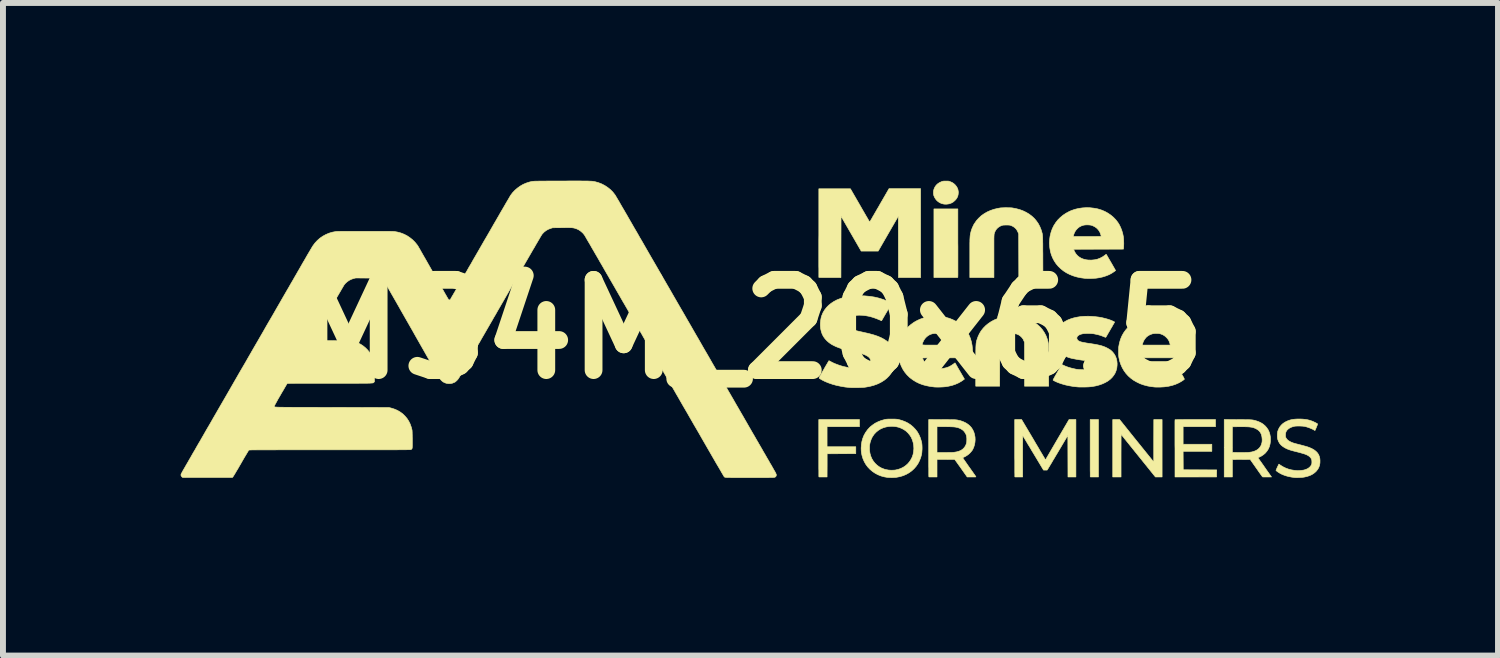
<source format=kicad_pcb>
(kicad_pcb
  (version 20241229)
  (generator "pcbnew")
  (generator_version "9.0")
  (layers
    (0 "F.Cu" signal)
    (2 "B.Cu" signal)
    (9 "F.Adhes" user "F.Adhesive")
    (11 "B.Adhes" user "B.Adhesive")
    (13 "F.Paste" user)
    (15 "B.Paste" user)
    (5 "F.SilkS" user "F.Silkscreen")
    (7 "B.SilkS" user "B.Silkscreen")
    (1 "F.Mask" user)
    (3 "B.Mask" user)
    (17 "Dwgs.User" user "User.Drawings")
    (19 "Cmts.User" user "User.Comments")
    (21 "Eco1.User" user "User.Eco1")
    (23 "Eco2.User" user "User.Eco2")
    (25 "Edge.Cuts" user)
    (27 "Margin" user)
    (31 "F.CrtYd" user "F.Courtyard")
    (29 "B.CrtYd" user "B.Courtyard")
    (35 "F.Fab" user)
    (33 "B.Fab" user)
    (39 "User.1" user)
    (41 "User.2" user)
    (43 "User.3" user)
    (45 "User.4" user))
  (footprint "MS4M_20x6.5"
    (layer "F.Cu")
    (at 9.62 2.509)
    (property "Reference" "MS4M_20x6.5" (at 0 0 0) (layer "F.SilkS") (effects (font (size 1.524 1.524) (thickness 0.3))))
    (attr through_hole)
    (fp_poly (pts (xy 6.949 2.494) (xy 6.837 2.494) (xy 6.547 2.134) (xy 6.257 1.774) (xy 6.256 2.134) (xy 6.256 2.494) (xy 6.116 2.494) (xy 6.116 1.524) (xy 6.231 1.524) (xy 6.519 1.883) (xy 6.808 2.241) (xy 6.808 1.883) (xy 6.809 1.524) (xy 6.949 1.524) (xy 6.949 2.494)) (stroke (width 0.01) (type solid)) (fill yes) (layer "F.SilkS"))
    (fp_poly (pts (xy 5.875 2.494) (xy 5.807 2.494) (xy 5.786 2.494) (xy 5.768 2.494) (xy 5.753 2.494) (xy 5.743 2.493) (xy 5.737 2.492) (xy 5.737 2.492) (xy 5.736 2.489) (xy 5.736 2.479) (xy 5.736 2.464) (xy 5.736 2.443) (xy 5.736 2.417) (xy 5.735 2.386) (xy 5.735 2.351) (xy 5.735 2.313) (xy 5.735 2.27) (xy 5.735 2.224) (xy 5.735 2.175) (xy 5.735 2.124) (xy 5.735 2.07) (xy 5.735 2.015) (xy 5.735 1.524) (xy 5.875 1.524) (xy 5.875 2.494)) (stroke (width 0.01) (type solid)) (fill yes) (layer "F.SilkS"))
    (fp_poly (pts (xy 1.84 1.644) (xy 1.293 1.644) (xy 1.293 1.983) (xy 1.778 1.983) (xy 1.778 2.1) (xy 1.536 2.101) (xy 1.294 2.102) (xy 1.294 2.298) (xy 1.293 2.494) (xy 1.225 2.494) (xy 1.205 2.494) (xy 1.186 2.494) (xy 1.171 2.494) (xy 1.161 2.493) (xy 1.155 2.492) (xy 1.155 2.492) (xy 1.155 2.489) (xy 1.154 2.479) (xy 1.154 2.464) (xy 1.154 2.443) (xy 1.154 2.417) (xy 1.154 2.386) (xy 1.153 2.351) (xy 1.153 2.313) (xy 1.153 2.27) (xy 1.153 2.224) (xy 1.153 2.175) (xy 1.153 2.124) (xy 1.153 2.07) (xy 1.153 2.015) (xy 1.153 1.524) (xy 1.84 1.524) (xy 1.84 1.644)) (stroke (width 0.01) (type solid)) (fill yes) (layer "F.SilkS"))
    (fp_poly (pts (xy 3.501 -1.458) (xy 3.502 -1.397) (xy 3.502 -1.338) (xy 3.502 -1.281) (xy 3.502 -1.227) (xy 3.502 -1.175) (xy 3.502 -1.126) (xy 3.502 -1.081) (xy 3.502 -1.039) (xy 3.502 -1.001) (xy 3.502 -0.968) (xy 3.502 -0.939) (xy 3.502 -0.916) (xy 3.501 -0.898) (xy 3.501 -0.885) (xy 3.501 -0.879) (xy 3.501 -0.878) (xy 3.501 -0.877) (xy 3.499 -0.876) (xy 3.496 -0.875) (xy 3.491 -0.875) (xy 3.483 -0.874) (xy 3.473 -0.874) (xy 3.459 -0.873) (xy 3.441 -0.873) (xy 3.419 -0.873) (xy 3.392 -0.873) (xy 3.36 -0.873) (xy 3.322 -0.873) (xy 3.299 -0.873) (xy 3.097 -0.873) (xy 3.097 -2.032) (xy 3.501 -2.032) (xy 3.501 -1.458)) (stroke (width 0.01) (type solid)) (fill yes) (layer "F.SilkS"))
    (fp_poly (pts (xy 3.317 -2.502) (xy 3.331 -2.502) (xy 3.342 -2.501) (xy 3.352 -2.499) (xy 3.362 -2.496) (xy 3.369 -2.493) (xy 3.403 -2.479) (xy 3.432 -2.46) (xy 3.457 -2.437) (xy 3.477 -2.412) (xy 3.493 -2.384) (xy 3.503 -2.357) (xy 3.508 -2.327) (xy 3.509 -2.307) (xy 3.506 -2.275) (xy 3.499 -2.245) (xy 3.486 -2.218) (xy 3.468 -2.192) (xy 3.451 -2.174) (xy 3.424 -2.15) (xy 3.395 -2.133) (xy 3.364 -2.121) (xy 3.355 -2.118) (xy 3.335 -2.115) (xy 3.312 -2.112) (xy 3.29 -2.112) (xy 3.27 -2.113) (xy 3.264 -2.114) (xy 3.229 -2.122) (xy 3.197 -2.136) (xy 3.169 -2.154) (xy 3.145 -2.175) (xy 3.123 -2.202) (xy 3.106 -2.231) (xy 3.094 -2.261) (xy 3.089 -2.291) (xy 3.089 -2.322) (xy 3.094 -2.353) (xy 3.104 -2.382) (xy 3.119 -2.41) (xy 3.138 -2.435) (xy 3.163 -2.458) (xy 3.192 -2.477) (xy 3.225 -2.492) (xy 3.229 -2.493) (xy 3.24 -2.497) (xy 3.25 -2.5) (xy 3.261 -2.501) (xy 3.273 -2.502) (xy 3.289 -2.502) (xy 3.299 -2.502) (xy 3.317 -2.502)) (stroke (width 0.01) (type solid)) (fill yes) (layer "F.SilkS"))
    (fp_poly (pts (xy 7.851 1.644) (xy 7.304 1.644) (xy 7.304 1.941) (xy 7.789 1.941) (xy 7.789 2.061) (xy 7.304 2.061) (xy 7.305 2.217) (xy 7.306 2.372) (xy 7.579 2.373) (xy 7.621 2.373) (xy 7.661 2.373) (xy 7.699 2.373) (xy 7.734 2.374) (xy 7.766 2.374) (xy 7.794 2.374) (xy 7.818 2.374) (xy 7.837 2.374) (xy 7.852 2.374) (xy 7.86 2.374) (xy 7.862 2.374) (xy 7.871 2.374) (xy 7.87 2.433) (xy 7.869 2.493) (xy 7.167 2.494) (xy 7.167 2.012) (xy 7.166 1.957) (xy 7.166 1.903) (xy 7.166 1.852) (xy 7.166 1.802) (xy 7.166 1.756) (xy 7.166 1.713) (xy 7.166 1.673) (xy 7.166 1.638) (xy 7.166 1.607) (xy 7.166 1.58) (xy 7.166 1.558) (xy 7.167 1.542) (xy 7.167 1.532) (xy 7.167 1.527) (xy 7.167 1.527) (xy 7.17 1.527) (xy 7.18 1.526) (xy 7.197 1.526) (xy 7.219 1.525) (xy 7.248 1.525) (xy 7.284 1.525) (xy 7.325 1.524) (xy 7.373 1.524) (xy 7.427 1.524) (xy 7.486 1.524) (xy 7.51 1.524) (xy 7.851 1.524) (xy 7.851 1.644)) (stroke (width 0.01) (type solid)) (fill yes) (layer "F.SilkS"))
    (fp_poly (pts (xy 2.872 -0.873) (xy 2.498 -0.873) (xy 2.497 -1.391) (xy 2.496 -1.909) (xy 2.326 -1.615) (xy 2.156 -1.32) (xy 1.869 -1.32) (xy 1.699 -1.615) (xy 1.529 -1.909) (xy 1.527 -0.873) (xy 1.342 -0.873) (xy 1.3 -0.873) (xy 1.265 -0.873) (xy 1.236 -0.873) (xy 1.212 -0.873) (xy 1.192 -0.874) (xy 1.178 -0.874) (xy 1.167 -0.875) (xy 1.16 -0.875) (xy 1.155 -0.876) (xy 1.154 -0.877) (xy 1.154 -0.88) (xy 1.154 -0.89) (xy 1.154 -0.906) (xy 1.154 -0.927) (xy 1.154 -0.954) (xy 1.154 -0.986) (xy 1.154 -1.022) (xy 1.153 -1.063) (xy 1.153 -1.109) (xy 1.153 -1.158) (xy 1.153 -1.211) (xy 1.153 -1.267) (xy 1.153 -1.326) (xy 1.153 -1.388) (xy 1.153 -1.452) (xy 1.153 -1.518) (xy 1.154 -1.587) (xy 1.154 -1.627) (xy 1.154 -2.372) (xy 1.687 -2.372) (xy 1.849 -2.092) (xy 1.872 -2.052) (xy 1.893 -2.015) (xy 1.914 -1.979) (xy 1.933 -1.946) (xy 1.951 -1.915) (xy 1.967 -1.888) (xy 1.981 -1.864) (xy 1.992 -1.844) (xy 2.002 -1.829) (xy 2.008 -1.818) (xy 2.012 -1.812) (xy 2.012 -1.811) (xy 2.014 -1.814) (xy 2.019 -1.822) (xy 2.027 -1.834) (xy 2.037 -1.852) (xy 2.05 -1.873) (xy 2.064 -1.899) (xy 2.081 -1.927) (xy 2.099 -1.959) (xy 2.119 -1.993) (xy 2.14 -2.03) (xy 2.163 -2.068) (xy 2.176 -2.092) (xy 2.339 -2.374) (xy 2.872 -2.374) (xy 2.872 -0.873)) (stroke (width 0.01) (type solid)) (fill yes) (layer "F.SilkS"))
    (fp_poly (pts (xy 4.771 1.85) (xy 4.796 1.893) (xy 4.82 1.934) (xy 4.844 1.974) (xy 4.866 2.011) (xy 4.886 2.046) (xy 4.905 2.078) (xy 4.922 2.106) (xy 4.937 2.132) (xy 4.95 2.153) (xy 4.96 2.17) (xy 4.967 2.182) (xy 4.971 2.189) (xy 4.972 2.191) (xy 4.981 2.204) (xy 5.179 1.864) (xy 5.378 1.524) (xy 5.436 1.524) (xy 5.494 1.524) (xy 5.494 2.494) (xy 5.36 2.494) (xy 5.358 1.791) (xy 5.194 2.067) (xy 5.171 2.106) (xy 5.148 2.144) (xy 5.127 2.18) (xy 5.106 2.214) (xy 5.088 2.246) (xy 5.071 2.274) (xy 5.056 2.299) (xy 5.043 2.321) (xy 5.032 2.338) (xy 5.025 2.351) (xy 5.02 2.358) (xy 5.019 2.36) (xy 5.008 2.377) (xy 4.947 2.377) (xy 4.773 2.087) (xy 4.749 2.048) (xy 4.727 2.01) (xy 4.705 1.973) (xy 4.684 1.94) (xy 4.666 1.909) (xy 4.649 1.881) (xy 4.634 1.856) (xy 4.621 1.835) (xy 4.611 1.819) (xy 4.603 1.807) (xy 4.599 1.8) (xy 4.597 1.798) (xy 4.597 1.801) (xy 4.597 1.81) (xy 4.596 1.825) (xy 4.596 1.845) (xy 4.596 1.87) (xy 4.596 1.9) (xy 4.595 1.933) (xy 4.595 1.97) (xy 4.595 2.01) (xy 4.595 2.053) (xy 4.595 2.098) (xy 4.595 2.145) (xy 4.595 2.494) (xy 4.53 2.494) (xy 4.51 2.494) (xy 4.493 2.494) (xy 4.478 2.494) (xy 4.468 2.493) (xy 4.464 2.492) (xy 4.463 2.492) (xy 4.463 2.489) (xy 4.463 2.479) (xy 4.463 2.464) (xy 4.463 2.443) (xy 4.462 2.417) (xy 4.462 2.386) (xy 4.462 2.351) (xy 4.462 2.313) (xy 4.462 2.27) (xy 4.462 2.224) (xy 4.461 2.175) (xy 4.461 2.124) (xy 4.461 2.07) (xy 4.461 2.015) (xy 4.461 2.007) (xy 4.461 1.524) (xy 4.577 1.524) (xy 4.771 1.85)) (stroke (width 0.01) (type solid)) (fill yes) (layer "F.SilkS"))
    (fp_poly (pts (xy 4.463 -0.219) (xy 4.505 -0.216) (xy 4.544 -0.211) (xy 4.582 -0.204) (xy 4.62 -0.195) (xy 4.652 -0.185) (xy 4.708 -0.164) (xy 4.761 -0.137) (xy 4.81 -0.106) (xy 4.855 -0.07) (xy 4.896 -0.031) (xy 4.932 0.012) (xy 4.963 0.059) (xy 4.989 0.108) (xy 5.009 0.161) (xy 5.013 0.175) (xy 5.016 0.185) (xy 5.019 0.194) (xy 5.021 0.203) (xy 5.023 0.212) (xy 5.025 0.22) (xy 5.026 0.23) (xy 5.028 0.24) (xy 5.029 0.252) (xy 5.03 0.266) (xy 5.031 0.282) (xy 5.031 0.3) (xy 5.032 0.322) (xy 5.032 0.347) (xy 5.032 0.377) (xy 5.033 0.41) (xy 5.033 0.449) (xy 5.033 0.492) (xy 5.033 0.542) (xy 5.033 0.597) (xy 5.033 0.61) (xy 5.035 0.961) (xy 4.627 0.961) (xy 4.627 0.59) (xy 4.626 0.22) (xy 4.618 0.2) (xy 4.603 0.167) (xy 4.582 0.139) (xy 4.557 0.115) (xy 4.528 0.095) (xy 4.495 0.081) (xy 4.489 0.079) (xy 4.476 0.077) (xy 4.458 0.075) (xy 4.437 0.074) (xy 4.415 0.073) (xy 4.394 0.073) (xy 4.374 0.075) (xy 4.358 0.077) (xy 4.354 0.078) (xy 4.333 0.084) (xy 4.311 0.094) (xy 4.291 0.106) (xy 4.275 0.118) (xy 4.256 0.136) (xy 4.24 0.159) (xy 4.226 0.184) (xy 4.218 0.203) (xy 4.209 0.23) (xy 4.207 0.961) (xy 3.803 0.961) (xy 3.803 0.62) (xy 3.803 0.563) (xy 3.804 0.512) (xy 3.804 0.466) (xy 3.804 0.426) (xy 3.804 0.391) (xy 3.804 0.36) (xy 3.805 0.334) (xy 3.805 0.31) (xy 3.806 0.29) (xy 3.807 0.273) (xy 3.808 0.258) (xy 3.809 0.245) (xy 3.81 0.234) (xy 3.812 0.223) (xy 3.814 0.213) (xy 3.816 0.204) (xy 3.818 0.194) (xy 3.821 0.184) (xy 3.823 0.178) (xy 3.842 0.124) (xy 3.866 0.073) (xy 3.895 0.025) (xy 3.93 -0.019) (xy 3.97 -0.06) (xy 4.015 -0.097) (xy 4.064 -0.13) (xy 4.113 -0.156) (xy 4.16 -0.176) (xy 4.208 -0.193) (xy 4.256 -0.205) (xy 4.307 -0.213) (xy 4.361 -0.218) (xy 4.416 -0.219) (xy 4.463 -0.219)) (stroke (width 0.01) (type solid)) (fill yes) (layer "F.SilkS"))
    (fp_poly (pts (xy 4.34 -2.052) (xy 4.366 -2.052) (xy 4.39 -2.051) (xy 4.41 -2.05) (xy 4.419 -2.049) (xy 4.483 -2.037) (xy 4.544 -2.021) (xy 4.601 -2) (xy 4.655 -1.974) (xy 4.705 -1.944) (xy 4.751 -1.909) (xy 4.792 -1.871) (xy 4.828 -1.828) (xy 4.86 -1.782) (xy 4.886 -1.732) (xy 4.907 -1.68) (xy 4.916 -1.651) (xy 4.919 -1.641) (xy 4.921 -1.631) (xy 4.924 -1.623) (xy 4.926 -1.614) (xy 4.927 -1.605) (xy 4.929 -1.595) (xy 4.93 -1.585) (xy 4.931 -1.573) (xy 4.932 -1.559) (xy 4.933 -1.542) (xy 4.933 -1.523) (xy 4.934 -1.501) (xy 4.934 -1.475) (xy 4.935 -1.445) (xy 4.935 -1.411) (xy 4.935 -1.371) (xy 4.935 -1.327) (xy 4.936 -1.277) (xy 4.936 -1.221) (xy 4.936 -1.22) (xy 4.937 -0.873) (xy 4.53 -0.873) (xy 4.529 -1.242) (xy 4.528 -1.61) (xy 4.519 -1.632) (xy 4.503 -1.666) (xy 4.483 -1.695) (xy 4.458 -1.719) (xy 4.429 -1.738) (xy 4.397 -1.752) (xy 4.395 -1.753) (xy 4.385 -1.756) (xy 4.375 -1.758) (xy 4.364 -1.759) (xy 4.35 -1.76) (xy 4.333 -1.76) (xy 4.32 -1.76) (xy 4.299 -1.76) (xy 4.283 -1.759) (xy 4.271 -1.759) (xy 4.26 -1.757) (xy 4.251 -1.755) (xy 4.245 -1.753) (xy 4.212 -1.739) (xy 4.183 -1.72) (xy 4.158 -1.697) (xy 4.138 -1.669) (xy 4.123 -1.638) (xy 4.116 -1.616) (xy 4.115 -1.612) (xy 4.114 -1.608) (xy 4.113 -1.603) (xy 4.113 -1.598) (xy 4.112 -1.59) (xy 4.112 -1.582) (xy 4.111 -1.571) (xy 4.111 -1.558) (xy 4.11 -1.541) (xy 4.11 -1.522) (xy 4.11 -1.499) (xy 4.11 -1.472) (xy 4.11 -1.441) (xy 4.11 -1.404) (xy 4.11 -1.363) (xy 4.11 -1.316) (xy 4.11 -1.263) (xy 4.11 -1.232) (xy 4.11 -0.873) (xy 3.703 -0.873) (xy 3.703 -1.198) (xy 3.703 -1.255) (xy 3.703 -1.306) (xy 3.703 -1.351) (xy 3.703 -1.39) (xy 3.703 -1.425) (xy 3.703 -1.456) (xy 3.704 -1.483) (xy 3.704 -1.506) (xy 3.705 -1.526) (xy 3.706 -1.543) (xy 3.707 -1.558) (xy 3.708 -1.571) (xy 3.709 -1.583) (xy 3.711 -1.593) (xy 3.712 -1.604) (xy 3.714 -1.613) (xy 3.716 -1.621) (xy 3.726 -1.661) (xy 3.74 -1.702) (xy 3.757 -1.74) (xy 3.775 -1.776) (xy 3.782 -1.786) (xy 3.815 -1.834) (xy 3.854 -1.877) (xy 3.897 -1.917) (xy 3.945 -1.951) (xy 3.997 -1.981) (xy 4.053 -2.006) (xy 4.112 -2.026) (xy 4.175 -2.041) (xy 4.22 -2.049) (xy 4.237 -2.05) (xy 4.259 -2.051) (xy 4.285 -2.052) (xy 4.312 -2.053) (xy 4.34 -2.052)) (stroke (width 0.01) (type solid)) (fill yes) (layer "F.SilkS"))
    (fp_poly (pts (xy 2.41 1.516) (xy 2.43 1.516) (xy 2.447 1.517) (xy 2.46 1.518) (xy 2.472 1.519) (xy 2.483 1.52) (xy 2.494 1.523) (xy 2.498 1.523) (xy 2.556 1.539) (xy 2.611 1.56) (xy 2.661 1.585) (xy 2.707 1.616) (xy 2.748 1.651) (xy 2.785 1.69) (xy 2.818 1.733) (xy 2.845 1.781) (xy 2.867 1.832) (xy 2.884 1.887) (xy 2.891 1.916) (xy 2.894 1.938) (xy 2.896 1.964) (xy 2.897 1.993) (xy 2.897 2.024) (xy 2.895 2.053) (xy 2.893 2.081) (xy 2.89 2.104) (xy 2.889 2.11) (xy 2.874 2.166) (xy 2.853 2.219) (xy 2.828 2.268) (xy 2.797 2.313) (xy 2.762 2.353) (xy 2.722 2.39) (xy 2.678 2.422) (xy 2.63 2.449) (xy 2.579 2.471) (xy 2.523 2.488) (xy 2.465 2.499) (xy 2.452 2.501) (xy 2.434 2.502) (xy 2.411 2.503) (xy 2.386 2.504) (xy 2.36 2.503) (xy 2.336 2.502) (xy 2.316 2.501) (xy 2.313 2.501) (xy 2.256 2.491) (xy 2.202 2.476) (xy 2.15 2.455) (xy 2.102 2.429) (xy 2.058 2.399) (xy 2.017 2.364) (xy 1.98 2.325) (xy 1.948 2.282) (xy 1.921 2.235) (xy 1.899 2.185) (xy 1.884 2.136) (xy 1.878 2.108) (xy 1.873 2.081) (xy 1.87 2.054) (xy 1.869 2.024) (xy 1.869 2.009) (xy 1.869 2.005) (xy 2.008 2.005) (xy 2.01 2.044) (xy 2.017 2.093) (xy 2.03 2.14) (xy 2.048 2.183) (xy 2.072 2.223) (xy 2.101 2.26) (xy 2.134 2.292) (xy 2.171 2.32) (xy 2.212 2.343) (xy 2.258 2.361) (xy 2.283 2.368) (xy 2.33 2.377) (xy 2.379 2.38) (xy 2.427 2.378) (xy 2.447 2.376) (xy 2.495 2.365) (xy 2.54 2.349) (xy 2.582 2.328) (xy 2.62 2.302) (xy 2.654 2.272) (xy 2.684 2.237) (xy 2.709 2.199) (xy 2.73 2.158) (xy 2.745 2.113) (xy 2.754 2.065) (xy 2.758 2.016) (xy 2.758 2.009) (xy 2.755 1.959) (xy 2.746 1.911) (xy 2.732 1.866) (xy 2.713 1.823) (xy 2.688 1.785) (xy 2.659 1.75) (xy 2.626 1.719) (xy 2.589 1.693) (xy 2.548 1.672) (xy 2.504 1.655) (xy 2.457 1.644) (xy 2.408 1.639) (xy 2.386 1.638) (xy 2.334 1.641) (xy 2.285 1.65) (xy 2.239 1.664) (xy 2.196 1.683) (xy 2.156 1.708) (xy 2.12 1.738) (xy 2.088 1.772) (xy 2.083 1.779) (xy 2.056 1.819) (xy 2.036 1.862) (xy 2.021 1.907) (xy 2.011 1.955) (xy 2.008 2.005) (xy 1.869 2.005) (xy 1.872 1.95) (xy 1.881 1.894) (xy 1.896 1.841) (xy 1.916 1.791) (xy 1.943 1.743) (xy 1.976 1.697) (xy 1.982 1.69) (xy 2.018 1.651) (xy 2.06 1.617) (xy 2.105 1.586) (xy 2.155 1.561) (xy 2.209 1.54) (xy 2.266 1.524) (xy 2.27 1.523) (xy 2.281 1.521) (xy 2.292 1.519) (xy 2.303 1.518) (xy 2.316 1.517) (xy 2.331 1.516) (xy 2.351 1.516) (xy 2.375 1.516) (xy 2.384 1.516) (xy 2.41 1.516)) (stroke (width 0.01) (type solid)) (fill yes) (layer "F.SilkS"))
    (fp_poly (pts (xy 8.223 1.525) (xy 8.269 1.525) (xy 8.309 1.525) (xy 8.344 1.526) (xy 8.374 1.526) (xy 8.4 1.527) (xy 8.421 1.527) (xy 8.44 1.528) (xy 8.456 1.529) (xy 8.469 1.53) (xy 8.482 1.532) (xy 8.493 1.534) (xy 8.503 1.536) (xy 8.514 1.539) (xy 8.525 1.542) (xy 8.536 1.545) (xy 8.579 1.56) (xy 8.617 1.578) (xy 8.651 1.599) (xy 8.682 1.625) (xy 8.684 1.626) (xy 8.713 1.658) (xy 8.738 1.694) (xy 8.756 1.732) (xy 8.769 1.774) (xy 8.777 1.819) (xy 8.778 1.84) (xy 8.778 1.889) (xy 8.772 1.936) (xy 8.761 1.979) (xy 8.744 2.019) (xy 8.721 2.055) (xy 8.694 2.088) (xy 8.661 2.117) (xy 8.623 2.142) (xy 8.604 2.151) (xy 8.568 2.17) (xy 8.586 2.196) (xy 8.592 2.204) (xy 8.601 2.217) (xy 8.613 2.233) (xy 8.627 2.253) (xy 8.643 2.276) (xy 8.661 2.301) (xy 8.679 2.328) (xy 8.699 2.355) (xy 8.7 2.358) (xy 8.796 2.493) (xy 8.722 2.494) (xy 8.696 2.494) (xy 8.677 2.494) (xy 8.662 2.493) (xy 8.652 2.493) (xy 8.646 2.492) (xy 8.644 2.49) (xy 8.641 2.487) (xy 8.635 2.479) (xy 8.626 2.466) (xy 8.614 2.45) (xy 8.6 2.43) (xy 8.584 2.408) (xy 8.567 2.383) (xy 8.548 2.356) (xy 8.538 2.342) (xy 8.436 2.197) (xy 8.288 2.198) (xy 8.258 2.198) (xy 8.229 2.198) (xy 8.203 2.198) (xy 8.181 2.199) (xy 8.162 2.199) (xy 8.148 2.199) (xy 8.14 2.2) (xy 8.137 2.2) (xy 8.137 2.203) (xy 8.136 2.213) (xy 8.136 2.227) (xy 8.135 2.247) (xy 8.135 2.269) (xy 8.135 2.296) (xy 8.135 2.324) (xy 8.135 2.348) (xy 8.135 2.494) (xy 7.998 2.494) (xy 7.998 1.963) (xy 8.135 1.963) (xy 8.135 1.993) (xy 8.135 2.019) (xy 8.135 2.041) (xy 8.135 2.058) (xy 8.136 2.07) (xy 8.136 2.076) (xy 8.136 2.077) (xy 8.14 2.078) (xy 8.149 2.079) (xy 8.163 2.079) (xy 8.181 2.08) (xy 8.203 2.08) (xy 8.227 2.081) (xy 8.253 2.081) (xy 8.279 2.081) (xy 8.306 2.081) (xy 8.332 2.081) (xy 8.357 2.08) (xy 8.379 2.08) (xy 8.398 2.079) (xy 8.414 2.078) (xy 8.421 2.077) (xy 8.464 2.071) (xy 8.503 2.06) (xy 8.538 2.045) (xy 8.567 2.026) (xy 8.592 2.003) (xy 8.611 1.976) (xy 8.617 1.966) (xy 8.627 1.941) (xy 8.634 1.917) (xy 8.638 1.892) (xy 8.639 1.863) (xy 8.638 1.851) (xy 8.634 1.813) (xy 8.626 1.779) (xy 8.612 1.749) (xy 8.594 1.723) (xy 8.57 1.701) (xy 8.54 1.682) (xy 8.533 1.678) (xy 8.517 1.671) (xy 8.502 1.665) (xy 8.485 1.659) (xy 8.468 1.655) (xy 8.448 1.652) (xy 8.426 1.649) (xy 8.401 1.647) (xy 8.372 1.646) (xy 8.339 1.645) (xy 8.3 1.645) (xy 8.258 1.645) (xy 8.136 1.646) (xy 8.135 1.859) (xy 8.135 1.896) (xy 8.135 1.931) (xy 8.135 1.963) (xy 7.998 1.963) (xy 7.998 1.524) (xy 8.223 1.525)) (stroke (width 0.01) (type solid)) (fill yes) (layer "F.SilkS"))
    (fp_poly (pts (xy 5.73 -2.052) (xy 5.794 -2.045) (xy 5.856 -2.034) (xy 5.871 -2.03) (xy 5.929 -2.012) (xy 5.985 -1.988) (xy 6.037 -1.959) (xy 6.085 -1.926) (xy 6.13 -1.888) (xy 6.17 -1.846) (xy 6.205 -1.8) (xy 6.226 -1.766) (xy 6.249 -1.719) (xy 6.269 -1.668) (xy 6.285 -1.614) (xy 6.296 -1.558) (xy 6.297 -1.551) (xy 6.299 -1.53) (xy 6.3 -1.505) (xy 6.301 -1.477) (xy 6.302 -1.448) (xy 6.301 -1.42) (xy 6.3 -1.395) (xy 6.299 -1.376) (xy 6.296 -1.353) (xy 5.877 -1.352) (xy 5.457 -1.351) (xy 5.459 -1.342) (xy 5.464 -1.328) (xy 5.472 -1.311) (xy 5.482 -1.293) (xy 5.493 -1.276) (xy 5.498 -1.269) (xy 5.523 -1.241) (xy 5.554 -1.217) (xy 5.588 -1.197) (xy 5.627 -1.183) (xy 5.67 -1.173) (xy 5.703 -1.169) (xy 5.757 -1.168) (xy 5.808 -1.173) (xy 5.856 -1.183) (xy 5.901 -1.2) (xy 5.945 -1.223) (xy 5.985 -1.251) (xy 5.989 -1.255) (xy 5.998 -1.261) (xy 6.004 -1.265) (xy 6.006 -1.266) (xy 6.008 -1.263) (xy 6.012 -1.255) (xy 6.02 -1.243) (xy 6.029 -1.226) (xy 6.041 -1.206) (xy 6.054 -1.183) (xy 6.069 -1.158) (xy 6.084 -1.131) (xy 6.086 -1.129) (xy 6.164 -0.992) (xy 6.146 -0.978) (xy 6.103 -0.949) (xy 6.056 -0.923) (xy 6.004 -0.902) (xy 5.948 -0.884) (xy 5.889 -0.871) (xy 5.85 -0.865) (xy 5.83 -0.862) (xy 5.805 -0.861) (xy 5.776 -0.859) (xy 5.747 -0.858) (xy 5.717 -0.858) (xy 5.689 -0.858) (xy 5.665 -0.859) (xy 5.646 -0.86) (xy 5.577 -0.869) (xy 5.511 -0.883) (xy 5.448 -0.902) (xy 5.39 -0.925) (xy 5.335 -0.953) (xy 5.285 -0.985) (xy 5.239 -1.022) (xy 5.197 -1.062) (xy 5.16 -1.106) (xy 5.128 -1.154) (xy 5.101 -1.205) (xy 5.079 -1.259) (xy 5.063 -1.316) (xy 5.053 -1.376) (xy 5.048 -1.438) (xy 5.047 -1.457) (xy 5.051 -1.521) (xy 5.057 -1.566) (xy 5.448 -1.566) (xy 5.684 -1.566) (xy 5.729 -1.566) (xy 5.768 -1.566) (xy 5.801 -1.566) (xy 5.829 -1.566) (xy 5.852 -1.567) (xy 5.871 -1.567) (xy 5.886 -1.567) (xy 5.898 -1.567) (xy 5.906 -1.568) (xy 5.912 -1.568) (xy 5.916 -1.569) (xy 5.919 -1.57) (xy 5.92 -1.571) (xy 5.92 -1.572) (xy 5.92 -1.573) (xy 5.919 -1.581) (xy 5.915 -1.594) (xy 5.91 -1.609) (xy 5.905 -1.624) (xy 5.898 -1.639) (xy 5.893 -1.649) (xy 5.872 -1.68) (xy 5.846 -1.707) (xy 5.816 -1.729) (xy 5.782 -1.746) (xy 5.755 -1.756) (xy 5.734 -1.76) (xy 5.709 -1.762) (xy 5.683 -1.763) (xy 5.657 -1.762) (xy 5.633 -1.759) (xy 5.622 -1.757) (xy 5.586 -1.745) (xy 5.553 -1.728) (xy 5.524 -1.705) (xy 5.498 -1.677) (xy 5.477 -1.646) (xy 5.461 -1.61) (xy 5.455 -1.589) (xy 5.448 -1.566) (xy 5.057 -1.566) (xy 5.06 -1.582) (xy 5.075 -1.641) (xy 5.095 -1.697) (xy 5.121 -1.75) (xy 5.153 -1.8) (xy 5.189 -1.846) (xy 5.231 -1.888) (xy 5.277 -1.926) (xy 5.328 -1.96) (xy 5.384 -1.99) (xy 5.424 -2.007) (xy 5.481 -2.026) (xy 5.54 -2.04) (xy 5.603 -2.049) (xy 5.666 -2.053) (xy 5.73 -2.052)) (stroke (width 0.01) (type solid)) (fill yes) (layer "F.SilkS"))
    (fp_poly (pts (xy 3.238 1.525) (xy 3.283 1.525) (xy 3.322 1.525) (xy 3.356 1.526) (xy 3.385 1.526) (xy 3.409 1.527) (xy 3.429 1.527) (xy 3.446 1.527) (xy 3.46 1.528) (xy 3.471 1.529) (xy 3.48 1.53) (xy 3.487 1.53) (xy 3.493 1.532) (xy 3.494 1.532) (xy 3.547 1.544) (xy 3.594 1.561) (xy 3.636 1.581) (xy 3.673 1.605) (xy 3.705 1.633) (xy 3.731 1.662) (xy 3.753 1.697) (xy 3.771 1.736) (xy 3.783 1.777) (xy 3.791 1.82) (xy 3.793 1.864) (xy 3.79 1.907) (xy 3.782 1.95) (xy 3.769 1.992) (xy 3.751 2.031) (xy 3.748 2.037) (xy 3.729 2.062) (xy 3.706 2.088) (xy 3.68 2.112) (xy 3.651 2.133) (xy 3.622 2.15) (xy 3.605 2.158) (xy 3.594 2.163) (xy 3.586 2.168) (xy 3.583 2.171) (xy 3.584 2.171) (xy 3.586 2.174) (xy 3.591 2.182) (xy 3.6 2.195) (xy 3.611 2.211) (xy 3.625 2.231) (xy 3.641 2.254) (xy 3.658 2.279) (xy 3.677 2.306) (xy 3.694 2.33) (xy 3.714 2.358) (xy 3.733 2.385) (xy 3.751 2.41) (xy 3.766 2.432) (xy 3.78 2.451) (xy 3.791 2.467) (xy 3.799 2.479) (xy 3.804 2.487) (xy 3.806 2.489) (xy 3.805 2.491) (xy 3.803 2.492) (xy 3.799 2.493) (xy 3.791 2.494) (xy 3.778 2.494) (xy 3.761 2.494) (xy 3.738 2.494) (xy 3.733 2.494) (xy 3.659 2.494) (xy 3.554 2.345) (xy 3.535 2.318) (xy 3.516 2.292) (xy 3.499 2.268) (xy 3.484 2.247) (xy 3.471 2.229) (xy 3.46 2.214) (xy 3.452 2.204) (xy 3.447 2.198) (xy 3.446 2.197) (xy 3.442 2.197) (xy 3.432 2.197) (xy 3.417 2.197) (xy 3.398 2.197) (xy 3.374 2.197) (xy 3.348 2.197) (xy 3.319 2.198) (xy 3.295 2.198) (xy 3.149 2.198) (xy 3.149 2.494) (xy 3.081 2.494) (xy 3.061 2.494) (xy 3.043 2.494) (xy 3.028 2.494) (xy 3.017 2.493) (xy 3.012 2.492) (xy 3.011 2.492) (xy 3.011 2.489) (xy 3.011 2.479) (xy 3.01 2.464) (xy 3.01 2.443) (xy 3.01 2.417) (xy 3.01 2.386) (xy 3.01 2.351) (xy 3.009 2.313) (xy 3.009 2.27) (xy 3.009 2.224) (xy 3.009 2.175) (xy 3.009 2.124) (xy 3.009 2.07) (xy 3.009 2.015) (xy 3.009 2.007) (xy 3.009 1.644) (xy 3.149 1.644) (xy 3.149 2.081) (xy 3.276 2.081) (xy 3.306 2.081) (xy 3.335 2.08) (xy 3.362 2.08) (xy 3.386 2.08) (xy 3.407 2.079) (xy 3.424 2.078) (xy 3.434 2.077) (xy 3.435 2.077) (xy 3.479 2.07) (xy 3.519 2.059) (xy 3.554 2.044) (xy 3.583 2.024) (xy 3.607 2) (xy 3.627 1.973) (xy 3.641 1.941) (xy 3.643 1.936) (xy 3.646 1.924) (xy 3.649 1.914) (xy 3.651 1.902) (xy 3.651 1.888) (xy 3.652 1.87) (xy 3.652 1.866) (xy 3.652 1.841) (xy 3.65 1.821) (xy 3.647 1.804) (xy 3.643 1.787) (xy 3.636 1.77) (xy 3.632 1.762) (xy 3.615 1.735) (xy 3.594 1.71) (xy 3.567 1.69) (xy 3.536 1.673) (xy 3.501 1.66) (xy 3.493 1.658) (xy 3.478 1.655) (xy 3.464 1.652) (xy 3.448 1.65) (xy 3.43 1.648) (xy 3.41 1.647) (xy 3.386 1.646) (xy 3.358 1.645) (xy 3.325 1.645) (xy 3.287 1.644) (xy 3.276 1.644) (xy 3.149 1.644) (xy 3.009 1.644) (xy 3.009 1.524) (xy 3.238 1.525)) (stroke (width 0.01) (type solid)) (fill yes) (layer "F.SilkS"))
    (fp_poly (pts (xy 3.18 -0.218) (xy 3.243 -0.212) (xy 3.304 -0.2) (xy 3.363 -0.183) (xy 3.419 -0.16) (xy 3.473 -0.133) (xy 3.497 -0.118) (xy 3.546 -0.083) (xy 3.589 -0.044) (xy 3.627 -0.000403) (xy 3.661 0.047) (xy 3.689 0.097) (xy 3.712 0.152) (xy 3.729 0.209) (xy 3.741 0.27) (xy 3.748 0.333) (xy 3.749 0.4) (xy 3.747 0.447) (xy 3.744 0.482) (xy 3.324 0.482) (xy 3.261 0.482) (xy 3.205 0.482) (xy 3.154 0.482) (xy 3.108 0.482) (xy 3.069 0.482) (xy 3.034 0.482) (xy 3.004 0.483) (xy 2.979 0.483) (xy 2.958 0.483) (xy 2.94 0.484) (xy 2.927 0.484) (xy 2.917 0.484) (xy 2.91 0.485) (xy 2.906 0.485) (xy 2.905 0.486) (xy 2.905 0.486) (xy 2.906 0.493) (xy 2.911 0.504) (xy 2.917 0.517) (xy 2.924 0.531) (xy 2.931 0.544) (xy 2.936 0.552) (xy 2.961 0.583) (xy 2.991 0.609) (xy 3.024 0.63) (xy 3.062 0.646) (xy 3.103 0.657) (xy 3.148 0.664) (xy 3.151 0.664) (xy 3.205 0.665) (xy 3.255 0.66) (xy 3.302 0.65) (xy 3.346 0.635) (xy 3.388 0.613) (xy 3.428 0.586) (xy 3.433 0.582) (xy 3.443 0.574) (xy 3.45 0.569) (xy 3.453 0.567) (xy 3.453 0.567) (xy 3.455 0.57) (xy 3.46 0.578) (xy 3.467 0.591) (xy 3.477 0.607) (xy 3.488 0.627) (xy 3.501 0.65) (xy 3.516 0.676) (xy 3.532 0.703) (xy 3.533 0.705) (xy 3.612 0.841) (xy 3.604 0.847) (xy 3.56 0.878) (xy 3.511 0.906) (xy 3.458 0.929) (xy 3.402 0.948) (xy 3.344 0.961) (xy 3.322 0.965) (xy 3.29 0.97) (xy 3.255 0.973) (xy 3.218 0.975) (xy 3.182 0.976) (xy 3.147 0.976) (xy 3.117 0.975) (xy 3.111 0.975) (xy 3.039 0.966) (xy 2.972 0.953) (xy 2.908 0.936) (xy 2.849 0.914) (xy 2.794 0.887) (xy 2.742 0.855) (xy 2.693 0.818) (xy 2.685 0.811) (xy 2.643 0.77) (xy 2.606 0.725) (xy 2.574 0.677) (xy 2.547 0.624) (xy 2.525 0.57) (xy 2.509 0.513) (xy 2.508 0.508) (xy 2.501 0.469) (xy 2.497 0.426) (xy 2.495 0.382) (xy 2.496 0.339) (xy 2.499 0.298) (xy 2.502 0.272) (xy 2.506 0.254) (xy 2.898 0.254) (xy 2.898 0.258) (xy 2.9 0.26) (xy 2.905 0.262) (xy 2.912 0.264) (xy 2.921 0.265) (xy 2.935 0.266) (xy 2.951 0.267) (xy 2.973 0.267) (xy 2.998 0.267) (xy 3.029 0.267) (xy 3.066 0.267) (xy 3.108 0.267) (xy 3.134 0.267) (xy 3.37 0.267) (xy 3.367 0.254) (xy 3.355 0.216) (xy 3.338 0.181) (xy 3.317 0.15) (xy 3.291 0.124) (xy 3.26 0.102) (xy 3.226 0.086) (xy 3.202 0.077) (xy 3.181 0.073) (xy 3.156 0.071) (xy 3.13 0.07) (xy 3.104 0.071) (xy 3.081 0.074) (xy 3.069 0.076) (xy 3.033 0.088) (xy 3 0.106) (xy 2.971 0.129) (xy 2.946 0.156) (xy 2.925 0.188) (xy 2.908 0.225) (xy 2.905 0.234) (xy 2.903 0.24) (xy 2.901 0.246) (xy 2.899 0.25) (xy 2.898 0.254) (xy 2.506 0.254) (xy 2.516 0.211) (xy 2.536 0.152) (xy 2.561 0.097) (xy 2.592 0.046) (xy 2.628 -0.002) (xy 2.668 -0.046) (xy 2.714 -0.085) (xy 2.764 -0.12) (xy 2.816 -0.149) (xy 2.872 -0.174) (xy 2.931 -0.194) (xy 2.992 -0.208) (xy 3.055 -0.217) (xy 3.117 -0.22) (xy 3.18 -0.218)) (stroke (width 0.01) (type solid)) (fill yes) (layer "F.SilkS"))
    (fp_poly (pts (xy 6.875 -0.219) (xy 6.907 -0.218) (xy 6.936 -0.215) (xy 6.95 -0.214) (xy 7.016 -0.201) (xy 7.078 -0.184) (xy 7.136 -0.162) (xy 7.189 -0.134) (xy 7.239 -0.102) (xy 7.284 -0.066) (xy 7.325 -0.025) (xy 7.36 0.021) (xy 7.392 0.07) (xy 7.418 0.123) (xy 7.439 0.181) (xy 7.454 0.242) (xy 7.464 0.3) (xy 7.465 0.311) (xy 7.466 0.326) (xy 7.466 0.344) (xy 7.466 0.365) (xy 7.466 0.386) (xy 7.466 0.408) (xy 7.466 0.428) (xy 7.465 0.447) (xy 7.464 0.462) (xy 7.463 0.473) (xy 7.462 0.478) (xy 7.462 0.479) (xy 7.459 0.479) (xy 7.449 0.48) (xy 7.434 0.48) (xy 7.412 0.481) (xy 7.384 0.481) (xy 7.35 0.481) (xy 7.31 0.481) (xy 7.263 0.482) (xy 7.21 0.482) (xy 7.151 0.482) (xy 7.085 0.482) (xy 7.04 0.482) (xy 6.621 0.482) (xy 6.625 0.494) (xy 6.637 0.522) (xy 6.653 0.549) (xy 6.671 0.574) (xy 6.69 0.595) (xy 6.695 0.599) (xy 6.726 0.621) (xy 6.759 0.639) (xy 6.795 0.651) (xy 6.835 0.66) (xy 6.879 0.664) (xy 6.905 0.665) (xy 6.952 0.663) (xy 6.994 0.657) (xy 7.032 0.648) (xy 7.069 0.633) (xy 7.104 0.614) (xy 7.14 0.59) (xy 7.142 0.589) (xy 7.154 0.579) (xy 7.163 0.573) (xy 7.168 0.57) (xy 7.171 0.57) (xy 7.173 0.572) (xy 7.175 0.574) (xy 7.178 0.578) (xy 7.183 0.588) (xy 7.191 0.601) (xy 7.201 0.619) (xy 7.213 0.64) (xy 7.227 0.663) (xy 7.241 0.689) (xy 7.254 0.71) (xy 7.272 0.742) (xy 7.287 0.769) (xy 7.3 0.791) (xy 7.31 0.809) (xy 7.317 0.822) (xy 7.321 0.832) (xy 7.324 0.839) (xy 7.325 0.843) (xy 7.325 0.843) (xy 7.319 0.849) (xy 7.31 0.856) (xy 7.296 0.866) (xy 7.281 0.876) (xy 7.264 0.886) (xy 7.247 0.896) (xy 7.23 0.905) (xy 7.228 0.906) (xy 7.174 0.93) (xy 7.115 0.949) (xy 7.053 0.963) (xy 6.987 0.972) (xy 6.918 0.976) (xy 6.847 0.976) (xy 6.825 0.975) (xy 6.815 0.974) (xy 6.8 0.972) (xy 6.783 0.97) (xy 6.77 0.969) (xy 6.703 0.957) (xy 6.639 0.94) (xy 6.579 0.919) (xy 6.523 0.892) (xy 6.47 0.862) (xy 6.422 0.827) (xy 6.378 0.788) (xy 6.339 0.745) (xy 6.305 0.698) (xy 6.276 0.648) (xy 6.252 0.594) (xy 6.233 0.538) (xy 6.22 0.478) (xy 6.218 0.466) (xy 6.216 0.443) (xy 6.214 0.416) (xy 6.214 0.386) (xy 6.214 0.356) (xy 6.215 0.327) (xy 6.216 0.302) (xy 6.218 0.288) (xy 6.222 0.267) (xy 6.614 0.267) (xy 7.087 0.267) (xy 7.084 0.255) (xy 7.08 0.237) (xy 7.073 0.217) (xy 7.065 0.196) (xy 7.056 0.18) (xy 7.049 0.169) (xy 7.039 0.157) (xy 7.027 0.143) (xy 7.019 0.135) (xy 6.99 0.11) (xy 6.958 0.091) (xy 6.923 0.078) (xy 6.915 0.076) (xy 6.894 0.072) (xy 6.869 0.071) (xy 6.842 0.07) (xy 6.816 0.072) (xy 6.793 0.075) (xy 6.782 0.078) (xy 6.746 0.091) (xy 6.713 0.109) (xy 6.684 0.132) (xy 6.66 0.161) (xy 6.639 0.193) (xy 6.624 0.23) (xy 6.616 0.258) (xy 6.614 0.267) (xy 6.222 0.267) (xy 6.23 0.227) (xy 6.247 0.169) (xy 6.27 0.114) (xy 6.298 0.063) (xy 6.332 0.015) (xy 6.37 -0.029) (xy 6.412 -0.069) (xy 6.459 -0.105) (xy 6.51 -0.137) (xy 6.565 -0.163) (xy 6.623 -0.185) (xy 6.685 -0.202) (xy 6.749 -0.214) (xy 6.776 -0.217) (xy 6.807 -0.218) (xy 6.841 -0.219) (xy 6.875 -0.219)) (stroke (width 0.01) (type solid)) (fill yes) (layer "F.SilkS"))
    (fp_poly (pts (xy 9.275 1.515) (xy 9.281 1.515) (xy 9.324 1.517) (xy 9.362 1.521) (xy 9.397 1.526) (xy 9.431 1.534) (xy 9.466 1.545) (xy 9.477 1.549) (xy 9.488 1.553) (xy 9.502 1.559) (xy 9.518 1.567) (xy 9.534 1.574) (xy 9.548 1.582) (xy 9.561 1.589) (xy 9.57 1.594) (xy 9.573 1.597) (xy 9.573 1.601) (xy 9.571 1.611) (xy 9.566 1.625) (xy 9.558 1.643) (xy 9.554 1.654) (xy 9.547 1.671) (xy 9.54 1.686) (xy 9.535 1.698) (xy 9.532 1.706) (xy 9.53 1.709) (xy 9.527 1.708) (xy 9.52 1.704) (xy 9.515 1.701) (xy 9.49 1.687) (xy 9.46 1.674) (xy 9.428 1.661) (xy 9.394 1.65) (xy 9.361 1.641) (xy 9.351 1.639) (xy 9.334 1.637) (xy 9.314 1.635) (xy 9.29 1.634) (xy 9.266 1.633) (xy 9.241 1.633) (xy 9.219 1.634) (xy 9.199 1.635) (xy 9.185 1.637) (xy 9.185 1.637) (xy 9.148 1.647) (xy 9.117 1.659) (xy 9.091 1.674) (xy 9.069 1.692) (xy 9.062 1.699) (xy 9.048 1.718) (xy 9.039 1.736) (xy 9.034 1.757) (xy 9.032 1.783) (xy 9.032 1.785) (xy 9.032 1.8) (xy 9.033 1.811) (xy 9.035 1.821) (xy 9.039 1.83) (xy 9.041 1.834) (xy 9.055 1.855) (xy 9.075 1.875) (xy 9.101 1.892) (xy 9.133 1.908) (xy 9.157 1.917) (xy 9.168 1.921) (xy 9.183 1.925) (xy 9.203 1.931) (xy 9.226 1.937) (xy 9.25 1.943) (xy 9.275 1.95) (xy 9.278 1.95) (xy 9.318 1.961) (xy 9.352 1.97) (xy 9.381 1.978) (xy 9.407 1.986) (xy 9.429 1.994) (xy 9.449 2.002) (xy 9.467 2.01) (xy 9.48 2.016) (xy 9.516 2.037) (xy 9.546 2.06) (xy 9.571 2.086) (xy 9.59 2.114) (xy 9.603 2.145) (xy 9.612 2.18) (xy 9.615 2.216) (xy 9.614 2.257) (xy 9.608 2.294) (xy 9.596 2.329) (xy 9.579 2.361) (xy 9.555 2.392) (xy 9.543 2.405) (xy 9.512 2.431) (xy 9.478 2.453) (xy 9.439 2.471) (xy 9.396 2.485) (xy 9.347 2.496) (xy 9.324 2.499) (xy 9.307 2.501) (xy 9.285 2.502) (xy 9.26 2.503) (xy 9.235 2.504) (xy 9.212 2.504) (xy 9.191 2.503) (xy 9.18 2.502) (xy 9.13 2.495) (xy 9.081 2.485) (xy 9.033 2.472) (xy 8.99 2.456) (xy 8.95 2.438) (xy 8.937 2.43) (xy 8.924 2.422) (xy 8.91 2.413) (xy 8.896 2.404) (xy 8.885 2.395) (xy 8.876 2.388) (xy 8.872 2.384) (xy 8.873 2.38) (xy 8.876 2.372) (xy 8.881 2.361) (xy 8.887 2.346) (xy 8.894 2.331) (xy 8.901 2.316) (xy 8.908 2.302) (xy 8.914 2.29) (xy 8.918 2.281) (xy 8.921 2.277) (xy 8.924 2.278) (xy 8.931 2.283) (xy 8.941 2.29) (xy 8.949 2.296) (xy 8.99 2.321) (xy 9.035 2.343) (xy 9.083 2.361) (xy 9.134 2.374) (xy 9.185 2.382) (xy 9.236 2.386) (xy 9.286 2.384) (xy 9.334 2.378) (xy 9.352 2.374) (xy 9.384 2.363) (xy 9.413 2.349) (xy 9.437 2.331) (xy 9.456 2.311) (xy 9.469 2.29) (xy 9.473 2.28) (xy 9.476 2.272) (xy 9.477 2.261) (xy 9.478 2.248) (xy 9.478 2.239) (xy 9.477 2.216) (xy 9.473 2.197) (xy 9.466 2.182) (xy 9.456 2.167) (xy 9.443 2.154) (xy 9.431 2.144) (xy 9.419 2.135) (xy 9.405 2.127) (xy 9.389 2.119) (xy 9.37 2.111) (xy 9.347 2.103) (xy 9.32 2.095) (xy 9.289 2.086) (xy 9.252 2.076) (xy 9.232 2.071) (xy 9.207 2.065) (xy 9.181 2.058) (xy 9.157 2.052) (xy 9.136 2.046) (xy 9.119 2.041) (xy 9.106 2.037) (xy 9.06 2.02) (xy 9.02 2) (xy 8.986 1.978) (xy 8.957 1.954) (xy 8.934 1.927) (xy 8.916 1.896) (xy 8.903 1.863) (xy 8.901 1.856) (xy 8.897 1.836) (xy 8.895 1.813) (xy 8.895 1.787) (xy 8.896 1.761) (xy 8.899 1.738) (xy 8.902 1.721) (xy 8.917 1.683) (xy 8.936 1.649) (xy 8.961 1.618) (xy 8.991 1.59) (xy 9.026 1.567) (xy 9.067 1.547) (xy 9.109 1.532) (xy 9.138 1.525) (xy 9.168 1.52) (xy 9.2 1.517) (xy 9.235 1.515) (xy 9.275 1.515)) (stroke (width 0.01) (type solid)) (fill yes) (layer "F.SilkS"))
    (fp_poly (pts (xy 5.752 -0.218) (xy 5.817 -0.213) (xy 5.877 -0.206) (xy 5.933 -0.196) (xy 5.987 -0.183) (xy 6.04 -0.168) (xy 6.054 -0.163) (xy 6.072 -0.157) (xy 6.09 -0.15) (xy 6.106 -0.143) (xy 6.122 -0.136) (xy 6.134 -0.13) (xy 6.143 -0.125) (xy 6.147 -0.122) (xy 6.147 -0.121) (xy 6.143 -0.114) (xy 6.137 -0.102) (xy 6.128 -0.087) (xy 6.117 -0.069) (xy 6.106 -0.048) (xy 6.093 -0.026) (xy 6.079 -0.003) (xy 6.066 0.021) (xy 6.052 0.044) (xy 6.04 0.065) (xy 6.028 0.085) (xy 6.018 0.103) (xy 6.01 0.117) (xy 6.004 0.127) (xy 6 0.132) (xy 6 0.133) (xy 5.997 0.135) (xy 5.992 0.135) (xy 5.985 0.133) (xy 5.973 0.128) (xy 5.968 0.126) (xy 5.915 0.105) (xy 5.861 0.09) (xy 5.804 0.078) (xy 5.795 0.076) (xy 5.775 0.074) (xy 5.751 0.072) (xy 5.724 0.071) (xy 5.697 0.07) (xy 5.67 0.071) (xy 5.645 0.072) (xy 5.624 0.073) (xy 5.608 0.076) (xy 5.576 0.084) (xy 5.55 0.095) (xy 5.531 0.108) (xy 5.517 0.123) (xy 5.515 0.127) (xy 5.51 0.143) (xy 5.511 0.159) (xy 5.518 0.175) (xy 5.529 0.188) (xy 5.535 0.193) (xy 5.545 0.199) (xy 5.558 0.205) (xy 5.573 0.211) (xy 5.591 0.216) (xy 5.614 0.221) (xy 5.641 0.226) (xy 5.673 0.232) (xy 5.711 0.238) (xy 5.722 0.239) (xy 5.766 0.246) (xy 5.804 0.252) (xy 5.838 0.258) (xy 5.867 0.264) (xy 5.894 0.27) (xy 5.918 0.276) (xy 5.94 0.283) (xy 5.961 0.29) (xy 5.991 0.302) (xy 6.022 0.317) (xy 6.05 0.333) (xy 6.076 0.349) (xy 6.085 0.356) (xy 6.115 0.385) (xy 6.14 0.417) (xy 6.161 0.453) (xy 6.176 0.492) (xy 6.186 0.535) (xy 6.19 0.579) (xy 6.189 0.612) (xy 6.184 0.658) (xy 6.172 0.701) (xy 6.155 0.742) (xy 6.132 0.779) (xy 6.104 0.814) (xy 6.071 0.846) (xy 6.032 0.875) (xy 5.988 0.9) (xy 5.94 0.922) (xy 5.886 0.941) (xy 5.829 0.956) (xy 5.766 0.967) (xy 5.75 0.969) (xy 5.73 0.971) (xy 5.704 0.973) (xy 5.676 0.974) (xy 5.645 0.975) (xy 5.614 0.975) (xy 5.585 0.975) (xy 5.558 0.975) (xy 5.536 0.974) (xy 5.532 0.974) (xy 5.456 0.966) (xy 5.384 0.954) (xy 5.314 0.939) (xy 5.249 0.92) (xy 5.209 0.906) (xy 5.19 0.899) (xy 5.169 0.89) (xy 5.149 0.881) (xy 5.131 0.872) (xy 5.116 0.864) (xy 5.11 0.86) (xy 5.109 0.858) (xy 5.11 0.854) (xy 5.113 0.847) (xy 5.118 0.837) (xy 5.126 0.823) (xy 5.135 0.805) (xy 5.148 0.783) (xy 5.163 0.756) (xy 5.177 0.732) (xy 5.192 0.706) (xy 5.206 0.681) (xy 5.219 0.659) (xy 5.231 0.639) (xy 5.24 0.623) (xy 5.248 0.611) (xy 5.252 0.603) (xy 5.253 0.601) (xy 5.256 0.598) (xy 5.259 0.597) (xy 5.265 0.599) (xy 5.274 0.603) (xy 5.278 0.605) (xy 5.322 0.625) (xy 5.372 0.643) (xy 5.425 0.658) (xy 5.482 0.671) (xy 5.502 0.675) (xy 5.522 0.677) (xy 5.545 0.68) (xy 5.571 0.681) (xy 5.599 0.682) (xy 5.628 0.683) (xy 5.656 0.683) (xy 5.682 0.682) (xy 5.705 0.681) (xy 5.723 0.679) (xy 5.735 0.677) (xy 5.762 0.668) (xy 5.783 0.658) (xy 5.797 0.645) (xy 5.806 0.63) (xy 5.81 0.613) (xy 5.81 0.609) (xy 5.809 0.594) (xy 5.804 0.582) (xy 5.794 0.572) (xy 5.779 0.562) (xy 5.773 0.559) (xy 5.764 0.555) (xy 5.753 0.55) (xy 5.742 0.547) (xy 5.728 0.543) (xy 5.712 0.539) (xy 5.692 0.536) (xy 5.668 0.532) (xy 5.64 0.527) (xy 5.606 0.522) (xy 5.596 0.521) (xy 5.548 0.514) (xy 5.506 0.507) (xy 5.469 0.5) (xy 5.436 0.494) (xy 5.408 0.487) (xy 5.383 0.48) (xy 5.378 0.479) (xy 5.329 0.46) (xy 5.284 0.439) (xy 5.246 0.414) (xy 5.213 0.387) (xy 5.185 0.355) (xy 5.163 0.321) (xy 5.147 0.283) (xy 5.136 0.241) (xy 5.13 0.196) (xy 5.13 0.152) (xy 5.134 0.106) (xy 5.144 0.064) (xy 5.16 0.024) (xy 5.181 -0.013) (xy 5.208 -0.049) (xy 5.227 -0.068) (xy 5.262 -0.1) (xy 5.304 -0.128) (xy 5.349 -0.153) (xy 5.4 -0.174) (xy 5.454 -0.191) (xy 5.512 -0.204) (xy 5.574 -0.214) (xy 5.638 -0.219) (xy 5.705 -0.22) (xy 5.752 -0.218)) (stroke (width 0.01) (type solid)) (fill yes) (layer "F.SilkS"))
    (fp_poly (pts (xy 1.928 -0.564) (xy 2.011 -0.556) (xy 2.091 -0.544) (xy 2.168 -0.526) (xy 2.241 -0.503) (xy 2.31 -0.475) (xy 2.352 -0.455) (xy 2.366 -0.448) (xy 2.375 -0.443) (xy 2.379 -0.439) (xy 2.381 -0.437) (xy 2.38 -0.433) (xy 2.38 -0.432) (xy 2.377 -0.428) (xy 2.372 -0.418) (xy 2.364 -0.404) (xy 2.354 -0.387) (xy 2.342 -0.366) (xy 2.328 -0.342) (xy 2.313 -0.316) (xy 2.297 -0.288) (xy 2.294 -0.284) (xy 2.213 -0.144) (xy 2.195 -0.152) (xy 2.13 -0.179) (xy 2.068 -0.201) (xy 2.008 -0.218) (xy 1.948 -0.229) (xy 1.89 -0.236) (xy 1.837 -0.238) (xy 1.789 -0.236) (xy 1.746 -0.231) (xy 1.709 -0.223) (xy 1.677 -0.212) (xy 1.65 -0.197) (xy 1.629 -0.18) (xy 1.613 -0.159) (xy 1.604 -0.136) (xy 1.6 -0.112) (xy 1.599 -0.098) (xy 1.6 -0.089) (xy 1.603 -0.08) (xy 1.607 -0.07) (xy 1.615 -0.057) (xy 1.625 -0.045) (xy 1.638 -0.033) (xy 1.655 -0.022) (xy 1.675 -0.012) (xy 1.7 -0.002) (xy 1.729 0.008) (xy 1.764 0.018) (xy 1.803 0.028) (xy 1.849 0.039) (xy 1.873 0.044) (xy 1.925 0.056) (xy 1.971 0.066) (xy 2.012 0.076) (xy 2.048 0.086) (xy 2.081 0.095) (xy 2.11 0.105) (xy 2.137 0.114) (xy 2.149 0.118) (xy 2.205 0.142) (xy 2.254 0.168) (xy 2.298 0.197) (xy 2.336 0.229) (xy 2.368 0.263) (xy 2.394 0.301) (xy 2.415 0.342) (xy 2.431 0.386) (xy 2.441 0.433) (xy 2.445 0.484) (xy 2.446 0.503) (xy 2.442 0.557) (xy 2.433 0.608) (xy 2.418 0.657) (xy 2.397 0.703) (xy 2.371 0.747) (xy 2.339 0.788) (xy 2.302 0.825) (xy 2.26 0.859) (xy 2.213 0.889) (xy 2.161 0.916) (xy 2.13 0.929) (xy 2.076 0.948) (xy 2.018 0.963) (xy 1.955 0.975) (xy 1.927 0.979) (xy 1.91 0.981) (xy 1.888 0.982) (xy 1.862 0.983) (xy 1.833 0.984) (xy 1.803 0.985) (xy 1.772 0.985) (xy 1.743 0.985) (xy 1.717 0.985) (xy 1.694 0.984) (xy 1.675 0.983) (xy 1.675 0.983) (xy 1.598 0.975) (xy 1.523 0.962) (xy 1.451 0.947) (xy 1.383 0.928) (xy 1.319 0.906) (xy 1.26 0.882) (xy 1.25 0.877) (xy 1.23 0.867) (xy 1.21 0.857) (xy 1.193 0.847) (xy 1.178 0.838) (xy 1.166 0.831) (xy 1.16 0.826) (xy 1.159 0.825) (xy 1.159 0.823) (xy 1.16 0.819) (xy 1.162 0.813) (xy 1.167 0.804) (xy 1.173 0.792) (xy 1.182 0.776) (xy 1.193 0.756) (xy 1.207 0.732) (xy 1.223 0.703) (xy 1.239 0.676) (xy 1.255 0.648) (xy 1.27 0.622) (xy 1.284 0.598) (xy 1.297 0.577) (xy 1.307 0.559) (xy 1.316 0.545) (xy 1.321 0.536) (xy 1.324 0.531) (xy 1.325 0.531) (xy 1.328 0.532) (xy 1.336 0.536) (xy 1.347 0.542) (xy 1.353 0.545) (xy 1.389 0.564) (xy 1.43 0.582) (xy 1.474 0.599) (xy 1.518 0.614) (xy 1.562 0.627) (xy 1.574 0.63) (xy 1.622 0.64) (xy 1.67 0.648) (xy 1.718 0.654) (xy 1.764 0.656) (xy 1.809 0.657) (xy 1.851 0.654) (xy 1.89 0.649) (xy 1.925 0.642) (xy 1.955 0.632) (xy 1.97 0.625) (xy 1.992 0.61) (xy 2.009 0.593) (xy 2.021 0.573) (xy 2.027 0.552) (xy 2.028 0.53) (xy 2.024 0.509) (xy 2.014 0.488) (xy 2.001 0.474) (xy 1.985 0.46) (xy 1.963 0.447) (xy 1.937 0.434) (xy 1.908 0.422) (xy 1.877 0.412) (xy 1.864 0.409) (xy 1.846 0.404) (xy 1.824 0.399) (xy 1.799 0.393) (xy 1.772 0.386) (xy 1.744 0.379) (xy 1.729 0.376) (xy 1.681 0.365) (xy 1.639 0.355) (xy 1.602 0.345) (xy 1.569 0.336) (xy 1.54 0.328) (xy 1.513 0.319) (xy 1.488 0.31) (xy 1.465 0.301) (xy 1.442 0.292) (xy 1.42 0.281) (xy 1.417 0.28) (xy 1.38 0.261) (xy 1.349 0.242) (xy 1.32 0.22) (xy 1.292 0.196) (xy 1.291 0.195) (xy 1.259 0.16) (xy 1.232 0.123) (xy 1.211 0.083) (xy 1.196 0.04) (xy 1.185 -0.007) (xy 1.182 -0.03) (xy 1.179 -0.069) (xy 1.18 -0.11) (xy 1.185 -0.152) (xy 1.192 -0.192) (xy 1.202 -0.228) (xy 1.204 -0.232) (xy 1.224 -0.28) (xy 1.25 -0.324) (xy 1.282 -0.366) (xy 1.319 -0.404) (xy 1.361 -0.438) (xy 1.408 -0.469) (xy 1.459 -0.496) (xy 1.515 -0.518) (xy 1.517 -0.519) (xy 1.566 -0.535) (xy 1.616 -0.547) (xy 1.668 -0.556) (xy 1.723 -0.562) (xy 1.782 -0.566) (xy 1.843 -0.567) (xy 1.928 -0.564)) (stroke (width 0.01) (type solid)) (fill yes) (layer "F.SilkS"))
    (fp_poly (pts (xy -2.913 -2.504) (xy -2.873 -2.504) (xy -2.838 -2.503) (xy -2.806 -2.503) (xy -2.778 -2.503) (xy -2.754 -2.503) (xy -2.733 -2.502) (xy -2.715 -2.501) (xy -2.699 -2.501) (xy -2.685 -2.5) (xy -2.673 -2.499) (xy -2.662 -2.498) (xy -2.652 -2.496) (xy -2.643 -2.495) (xy -2.635 -2.493) (xy -2.626 -2.492) (xy -2.623 -2.491) (xy -2.566 -2.475) (xy -2.512 -2.454) (xy -2.46 -2.427) (xy -2.411 -2.395) (xy -2.366 -2.359) (xy -2.325 -2.318) (xy -2.289 -2.272) (xy -2.283 -2.264) (xy -2.28 -2.259) (xy -2.274 -2.248) (xy -2.265 -2.233) (xy -2.253 -2.213) (xy -2.239 -2.189) (xy -2.222 -2.161) (xy -2.204 -2.129) (xy -2.184 -2.094) (xy -2.162 -2.056) (xy -2.138 -2.016) (xy -2.114 -1.974) (xy -2.088 -1.93) (xy -2.062 -1.884) (xy -2.052 -1.867) (xy -2.028 -1.825) (xy -2.003 -1.782) (xy -1.978 -1.738) (xy -1.952 -1.693) (xy -1.924 -1.646) (xy -1.896 -1.597) (xy -1.868 -1.547) (xy -1.837 -1.495) (xy -1.806 -1.441) (xy -1.774 -1.385) (xy -1.74 -1.326) (xy -1.705 -1.265) (xy -1.668 -1.201) (xy -1.629 -1.134) (xy -1.589 -1.065) (xy -1.547 -0.992) (xy -1.503 -0.916) (xy -1.457 -0.836) (xy -1.409 -0.753) (xy -1.359 -0.667) (xy -1.307 -0.576) (xy -1.252 -0.481) (xy -1.195 -0.382) (xy -1.135 -0.279) (xy -1.073 -0.171) (xy -1.008 -0.059) (xy -0.941 0.058) (xy -0.87 0.18) (xy -0.797 0.308) (xy -0.72 0.44) (xy -0.641 0.578) (xy -0.603 0.643) (xy -0.557 0.723) (xy -0.511 0.803) (xy -0.465 0.882) (xy -0.42 0.96) (xy -0.376 1.037) (xy -0.332 1.113) (xy -0.289 1.187) (xy -0.248 1.259) (xy -0.207 1.329) (xy -0.168 1.397) (xy -0.13 1.462) (xy -0.094 1.525) (xy -0.06 1.584) (xy -0.028 1.64) (xy 0.002 1.692) (xy 0.03 1.741) (xy 0.056 1.785) (xy 0.079 1.825) (xy 0.099 1.86) (xy 0.117 1.891) (xy 0.132 1.916) (xy 0.143 1.937) (xy 0.145 1.939) (xy 0.168 1.979) (xy 0.192 2.02) (xy 0.216 2.063) (xy 0.241 2.105) (xy 0.265 2.147) (xy 0.288 2.187) (xy 0.31 2.224) (xy 0.329 2.259) (xy 0.347 2.288) (xy 0.355 2.302) (xy 0.373 2.334) (xy 0.389 2.362) (xy 0.401 2.384) (xy 0.412 2.402) (xy 0.42 2.417) (xy 0.426 2.429) (xy 0.43 2.438) (xy 0.433 2.445) (xy 0.435 2.45) (xy 0.436 2.455) (xy 0.436 2.459) (xy 0.436 2.459) (xy 0.435 2.471) (xy 0.431 2.481) (xy 0.428 2.485) (xy 0.425 2.488) (xy 0.423 2.49) (xy 0.421 2.492) (xy 0.419 2.494) (xy 0.415 2.496) (xy 0.411 2.498) (xy 0.405 2.499) (xy 0.397 2.5) (xy 0.388 2.501) (xy 0.375 2.502) (xy 0.36 2.503) (xy 0.342 2.503) (xy 0.32 2.503) (xy 0.295 2.504) (xy 0.265 2.504) (xy 0.231 2.504) (xy 0.191 2.504) (xy 0.147 2.504) (xy 0.097 2.504) (xy 0.041 2.504) (xy -0.01 2.504) (xy -0.071 2.504) (xy -0.125 2.504) (xy -0.174 2.504) (xy -0.218 2.504) (xy -0.256 2.504) (xy -0.289 2.504) (xy -0.318 2.504) (xy -0.343 2.503) (xy -0.364 2.503) (xy -0.382 2.503) (xy -0.396 2.502) (xy -0.408 2.501) (xy -0.417 2.5) (xy -0.425 2.499) (xy -0.43 2.498) (xy -0.434 2.497) (xy -0.437 2.495) (xy -0.44 2.493) (xy -0.442 2.491) (xy -0.444 2.489) (xy -0.445 2.488) (xy -0.447 2.484) (xy -0.453 2.475) (xy -0.461 2.461) (xy -0.472 2.442) (xy -0.486 2.419) (xy -0.501 2.392) (xy -0.519 2.361) (xy -0.539 2.327) (xy -0.561 2.29) (xy -0.584 2.251) (xy -0.608 2.209) (xy -0.634 2.164) (xy -0.66 2.119) (xy -0.679 2.086) (xy -0.705 2.041) (xy -0.734 1.991) (xy -0.765 1.937) (xy -0.799 1.878) (xy -0.834 1.817) (xy -0.871 1.752) (xy -0.91 1.685) (xy -0.95 1.617) (xy -0.99 1.547) (xy -1.031 1.476) (xy -1.071 1.406) (xy -1.112 1.336) (xy -1.152 1.267) (xy -1.191 1.199) (xy -1.228 1.134) (xy -1.246 1.104) (xy -1.283 1.039) (xy -1.323 0.97) (xy -1.364 0.899) (xy -1.406 0.826) (xy -1.449 0.752) (xy -1.492 0.677) (xy -1.535 0.602) (xy -1.578 0.527) (xy -1.621 0.454) (xy -1.662 0.383) (xy -1.702 0.313) (xy -1.74 0.247) (xy -1.776 0.185) (xy -1.81 0.127) (xy -1.84 0.073) (xy -1.848 0.06) (xy -1.879 0.007) (xy -1.91 -0.047) (xy -1.94 -0.1) (xy -1.971 -0.153) (xy -2.001 -0.205) (xy -2.03 -0.255) (xy -2.058 -0.303) (xy -2.084 -0.349) (xy -2.109 -0.392) (xy -2.132 -0.432) (xy -2.153 -0.467) (xy -2.171 -0.499) (xy -2.187 -0.526) (xy -2.199 -0.548) (xy -2.201 -0.552) (xy -2.214 -0.573) (xy -2.229 -0.6) (xy -2.247 -0.631) (xy -2.268 -0.667) (xy -2.29 -0.706) (xy -2.315 -0.749) (xy -2.341 -0.794) (xy -2.369 -0.842) (xy -2.397 -0.891) (xy -2.427 -0.942) (xy -2.457 -0.994) (xy -2.487 -1.047) (xy -2.517 -1.099) (xy -2.542 -1.141) (xy -2.57 -1.191) (xy -2.598 -1.239) (xy -2.625 -1.285) (xy -2.65 -1.329) (xy -2.675 -1.371) (xy -2.697 -1.41) (xy -2.718 -1.447) (xy -2.738 -1.48) (xy -2.755 -1.509) (xy -2.77 -1.535) (xy -2.782 -1.556) (xy -2.792 -1.573) (xy -2.799 -1.585) (xy -2.803 -1.591) (xy -2.804 -1.592) (xy -2.816 -1.608) (xy -2.832 -1.626) (xy -2.851 -1.643) (xy -2.87 -1.659) (xy -2.888 -1.671) (xy -2.891 -1.674) (xy -2.929 -1.693) (xy -2.97 -1.707) (xy -2.988 -1.711) (xy -2.995 -1.712) (xy -3.002 -1.713) (xy -3.011 -1.714) (xy -3.022 -1.715) (xy -3.036 -1.715) (xy -3.053 -1.716) (xy -3.074 -1.716) (xy -3.099 -1.716) (xy -3.13 -1.716) (xy -3.166 -1.715) (xy -3.177 -1.715) (xy -3.339 -1.714) (xy -3.368 -1.705) (xy -3.411 -1.689) (xy -3.449 -1.668) (xy -3.483 -1.642) (xy -3.513 -1.611) (xy -3.522 -1.599) (xy -3.525 -1.594) (xy -3.531 -1.585) (xy -3.54 -1.57) (xy -3.552 -1.55) (xy -3.566 -1.525) (xy -3.583 -1.497) (xy -3.602 -1.464) (xy -3.624 -1.427) (xy -3.647 -1.386) (xy -3.673 -1.343) (xy -3.7 -1.296) (xy -3.729 -1.246) (xy -3.759 -1.194) (xy -3.791 -1.139) (xy -3.823 -1.083) (xy -3.857 -1.024) (xy -3.892 -0.964) (xy -3.919 -0.917) (xy -3.973 -0.823) (xy -4.024 -0.735) (xy -4.072 -0.652) (xy -4.117 -0.574) (xy -4.159 -0.501) (xy -4.199 -0.432) (xy -4.236 -0.368) (xy -4.271 -0.308) (xy -4.303 -0.251) (xy -4.334 -0.199) (xy -4.362 -0.149) (xy -4.389 -0.103) (xy -4.413 -0.061) (xy -4.437 -0.02) (xy -4.458 0.017) (xy -4.479 0.053) (xy -4.498 0.086) (xy -4.516 0.117) (xy -4.533 0.146) (xy -4.549 0.174) (xy -4.564 0.201) (xy -4.579 0.227) (xy -4.594 0.252) (xy -4.608 0.276) (xy -4.621 0.3) (xy -4.635 0.324) (xy -4.649 0.347) (xy -4.663 0.372) (xy -4.677 0.396) (xy -4.692 0.421) (xy -4.696 0.43) (xy -4.719 0.469) (xy -4.741 0.507) (xy -4.763 0.546) (xy -4.785 0.583) (xy -4.806 0.619) (xy -4.825 0.652) (xy -4.842 0.683) (xy -4.858 0.71) (xy -4.871 0.732) (xy -4.881 0.75) (xy -4.883 0.754) (xy -4.898 0.779) (xy -4.91 0.799) (xy -4.919 0.815) (xy -4.928 0.828) (xy -4.935 0.839) (xy -4.942 0.848) (xy -4.949 0.856) (xy -4.956 0.863) (xy -4.973 0.879) (xy -4.988 0.891) (xy -5.003 0.898) (xy -5.035 0.911) (xy -5.068 0.917) (xy -5.101 0.917) (xy -5.134 0.912) (xy -5.164 0.902) (xy -5.193 0.886) (xy -5.218 0.865) (xy -5.239 0.84) (xy -5.24 0.838) (xy -5.245 0.832) (xy -5.251 0.82) (xy -5.261 0.804) (xy -5.273 0.783) (xy -5.287 0.759) (xy -5.303 0.732) (xy -5.32 0.702) (xy -5.338 0.67) (xy -5.357 0.636) (xy -5.377 0.602) (xy -5.427 0.514) (xy -5.477 0.426) (xy -5.525 0.341) (xy -5.573 0.257) (xy -5.619 0.176) (xy -5.664 0.097) (xy -5.707 0.02) (xy -5.749 -0.053) (xy -5.79 -0.125) (xy -5.829 -0.193) (xy -5.866 -0.258) (xy -5.901 -0.319) (xy -5.934 -0.378) (xy -5.965 -0.432) (xy -5.994 -0.483) (xy -6.021 -0.53) (xy -6.045 -0.572) (xy -6.067 -0.61) (xy -6.086 -0.644) (xy -6.103 -0.673) (xy -6.116 -0.697) (xy -6.127 -0.716) (xy -6.136 -0.73) (xy -6.141 -0.739) (xy -6.142 -0.742) (xy -6.158 -0.762) (xy -6.177 -0.782) (xy -6.197 -0.801) (xy -6.214 -0.813) (xy -6.236 -0.828) (xy -6.257 -0.839) (xy -6.278 -0.848) (xy -6.298 -0.855) (xy -6.326 -0.864) (xy -6.495 -0.865) (xy -6.664 -0.866) (xy -6.695 -0.859) (xy -6.736 -0.845) (xy -6.775 -0.826) (xy -6.81 -0.801) (xy -6.841 -0.773) (xy -6.86 -0.749) (xy -6.863 -0.745) (xy -6.869 -0.735) (xy -6.877 -0.721) (xy -6.888 -0.702) (xy -6.902 -0.679) (xy -6.917 -0.652) (xy -6.935 -0.622) (xy -6.954 -0.589) (xy -6.975 -0.553) (xy -6.998 -0.515) (xy -7.021 -0.474) (xy -7.045 -0.433) (xy -7.07 -0.39) (xy -7.095 -0.346) (xy -7.121 -0.302) (xy -7.147 -0.258) (xy -7.172 -0.214) (xy -7.197 -0.171) (xy -7.221 -0.128) (xy -7.245 -0.088) (xy -7.267 -0.049) (xy -7.289 -0.012) (xy -7.308 0.022) (xy -7.326 0.054) (xy -7.343 0.082) (xy -7.357 0.106) (xy -7.368 0.127) (xy -7.377 0.143) (xy -7.384 0.154) (xy -7.384 0.155) (xy -7.389 0.165) (xy -7.392 0.171) (xy -7.391 0.176) (xy -7.389 0.181) (xy -7.384 0.191) (xy -7.07 0.192) (xy -7.016 0.193) (xy -6.969 0.193) (xy -6.928 0.193) (xy -6.891 0.194) (xy -6.86 0.194) (xy -6.832 0.194) (xy -6.809 0.195) (xy -6.789 0.196) (xy -6.772 0.196) (xy -6.757 0.197) (xy -6.745 0.198) (xy -6.734 0.199) (xy -6.725 0.201) (xy -6.716 0.202) (xy -6.708 0.204) (xy -6.699 0.206) (xy -6.69 0.209) (xy -6.681 0.211) (xy -6.633 0.228) (xy -6.586 0.25) (xy -6.543 0.278) (xy -6.502 0.311) (xy -6.465 0.348) (xy -6.432 0.388) (xy -6.404 0.433) (xy -6.381 0.479) (xy -6.37 0.511) (xy -6.365 0.526) (xy -6.361 0.539) (xy -6.357 0.552) (xy -6.355 0.565) (xy -6.353 0.578) (xy -6.351 0.593) (xy -6.35 0.61) (xy -6.349 0.63) (xy -6.349 0.654) (xy -6.348 0.682) (xy -6.348 0.716) (xy -6.348 0.741) (xy -6.348 0.885) (xy -6.357 0.894) (xy -6.358 0.896) (xy -6.36 0.898) (xy -6.361 0.9) (xy -6.363 0.901) (xy -6.365 0.902) (xy -6.368 0.904) (xy -6.371 0.905) (xy -6.377 0.906) (xy -6.383 0.907) (xy -6.392 0.908) (xy -6.402 0.908) (xy -6.415 0.909) (xy -6.43 0.91) (xy -6.448 0.91) (xy -6.469 0.911) (xy -6.494 0.911) (xy -6.521 0.911) (xy -6.553 0.911) (xy -6.589 0.911) (xy -6.629 0.912) (xy -6.674 0.912) (xy -6.723 0.912) (xy -6.778 0.912) (xy -6.838 0.912) (xy -6.904 0.912) (xy -6.975 0.912) (xy -7.052 0.912) (xy -7.102 0.912) (xy -7.182 0.912) (xy -7.256 0.912) (xy -7.325 0.912) (xy -7.387 0.912) (xy -7.444 0.912) (xy -7.496 0.912) (xy -7.543 0.912) (xy -7.585 0.912) (xy -7.623 0.912) (xy -7.656 0.912) (xy -7.686 0.912) (xy -7.711 0.913) (xy -7.733 0.913) (xy -7.753 0.913) (xy -7.769 0.913) (xy -7.782 0.914) (xy -7.793 0.914) (xy -7.802 0.914) (xy -7.809 0.915) (xy -7.814 0.915) (xy -7.817 0.916) (xy -7.82 0.916) (xy -7.822 0.917) (xy -7.823 0.917) (xy -7.823 0.918) (xy -7.825 0.921) (xy -7.831 0.93) (xy -7.839 0.944) (xy -7.849 0.962) (xy -7.862 0.983) (xy -7.876 1.008) (xy -7.892 1.035) (xy -7.91 1.065) (xy -7.928 1.096) (xy -7.934 1.107) (xy -7.958 1.148) (xy -7.979 1.184) (xy -7.996 1.216) (xy -8.011 1.243) (xy -8.023 1.265) (xy -8.032 1.282) (xy -8.038 1.293) (xy -8.04 1.299) (xy -8.04 1.299) (xy -8.04 1.301) (xy -8.041 1.303) (xy -8.041 1.304) (xy -8.041 1.306) (xy -8.041 1.307) (xy -8.04 1.308) (xy -8.038 1.309) (xy -8.035 1.31) (xy -8.031 1.311) (xy -8.025 1.312) (xy -8.018 1.313) (xy -8.008 1.313) (xy -7.997 1.314) (xy -7.983 1.315) (xy -7.966 1.315) (xy -7.947 1.316) (xy -7.924 1.316) (xy -7.898 1.316) (xy -7.869 1.317) (xy -7.836 1.317) (xy -7.8 1.317) (xy -7.759 1.317) (xy -7.713 1.318) (xy -7.664 1.318) (xy -7.609 1.318) (xy -7.55 1.318) (xy -7.485 1.318) (xy -7.415 1.318) (xy -7.339 1.318) (xy -7.257 1.319) (xy -7.17 1.319) (xy -7.076 1.319) (xy -7.067 1.319) (xy -6.104 1.321) (xy -6.07 1.329) (xy -6.015 1.346) (xy -5.963 1.368) (xy -5.916 1.395) (xy -5.872 1.427) (xy -5.834 1.464) (xy -5.799 1.505) (xy -5.77 1.55) (xy -5.746 1.598) (xy -5.727 1.651) (xy -5.718 1.685) (xy -5.716 1.693) (xy -5.714 1.7) (xy -5.713 1.709) (xy -5.712 1.718) (xy -5.712 1.73) (xy -5.711 1.745) (xy -5.711 1.763) (xy -5.71 1.785) (xy -5.71 1.812) (xy -5.709 1.845) (xy -5.709 1.858) (xy -5.709 1.894) (xy -5.709 1.925) (xy -5.709 1.949) (xy -5.709 1.969) (xy -5.71 1.985) (xy -5.71 1.997) (xy -5.712 2.007) (xy -5.714 2.014) (xy -5.716 2.019) (xy -5.719 2.022) (xy -5.723 2.025) (xy -5.728 2.028) (xy -5.729 2.029) (xy -5.73 2.029) (xy -5.731 2.03) (xy -5.733 2.03) (xy -5.735 2.031) (xy -5.738 2.031) (xy -5.742 2.032) (xy -5.747 2.032) (xy -5.753 2.032) (xy -5.761 2.033) (xy -5.77 2.033) (xy -5.782 2.033) (xy -5.795 2.033) (xy -5.811 2.034) (xy -5.829 2.034) (xy -5.85 2.034) (xy -5.874 2.034) (xy -5.9 2.034) (xy -5.93 2.034) (xy -5.964 2.035) (xy -6 2.035) (xy -6.041 2.035) (xy -6.085 2.035) (xy -6.134 2.035) (xy -6.187 2.035) (xy -6.244 2.035) (xy -6.306 2.035) (xy -6.373 2.035) (xy -6.445 2.035) (xy -6.522 2.035) (xy -6.604 2.035) (xy -6.692 2.035) (xy -6.786 2.035) (xy -6.886 2.035) (xy -6.992 2.035) (xy -7.101 2.035) (xy -7.213 2.035) (xy -7.319 2.035) (xy -7.419 2.035) (xy -7.513 2.035) (xy -7.601 2.035) (xy -7.684 2.035) (xy -7.761 2.035) (xy -7.833 2.035) (xy -7.899 2.035) (xy -7.961 2.035) (xy -8.019 2.036) (xy -8.071 2.036) (xy -8.12 2.036) (xy -8.164 2.036) (xy -8.205 2.036) (xy -8.241 2.036) (xy -8.274 2.036) (xy -8.304 2.036) (xy -8.331 2.036) (xy -8.354 2.037) (xy -8.375 2.037) (xy -8.393 2.037) (xy -8.409 2.037) (xy -8.422 2.037) (xy -8.433 2.038) (xy -8.442 2.038) (xy -8.45 2.038) (xy -8.456 2.039) (xy -8.461 2.039) (xy -8.464 2.039) (xy -8.467 2.04) (xy -8.468 2.04) (xy -8.469 2.041) (xy -8.47 2.041) (xy -8.472 2.045) (xy -8.478 2.053) (xy -8.486 2.067) (xy -8.497 2.085) (xy -8.51 2.107) (xy -8.525 2.132) (xy -8.542 2.16) (xy -8.56 2.191) (xy -8.579 2.224) (xy -8.599 2.259) (xy -8.604 2.268) (xy -8.631 2.314) (xy -8.655 2.356) (xy -8.677 2.392) (xy -8.695 2.423) (xy -8.71 2.448) (xy -8.723 2.469) (xy -8.732 2.483) (xy -8.738 2.492) (xy -8.741 2.496) (xy -8.75 2.503) (xy -9.163 2.503) (xy -9.214 2.503) (xy -9.264 2.503) (xy -9.312 2.503) (xy -9.357 2.503) (xy -9.399 2.503) (xy -9.438 2.503) (xy -9.473 2.503) (xy -9.504 2.503) (xy -9.53 2.503) (xy -9.552 2.502) (xy -9.568 2.502) (xy -9.578 2.502) (xy -9.583 2.502) (xy -9.583 2.502) (xy -9.592 2.498) (xy -9.601 2.489) (xy -9.609 2.479) (xy -9.614 2.469) (xy -9.614 2.468) (xy -9.615 2.457) (xy -9.613 2.447) (xy -9.611 2.442) (xy -9.606 2.432) (xy -9.598 2.418) (xy -9.589 2.4) (xy -9.577 2.38) (xy -9.564 2.357) (xy -9.55 2.333) (xy -9.55 2.333) (xy -9.54 2.316) (xy -9.528 2.294) (xy -9.512 2.267) (xy -9.494 2.236) (xy -9.475 2.202) (xy -9.453 2.165) (xy -9.43 2.124) (xy -9.406 2.082) (xy -9.38 2.039) (xy -9.355 1.994) (xy -9.329 1.949) (xy -9.303 1.904) (xy -9.301 1.902) (xy -9.286 1.876) (xy -9.268 1.844) (xy -9.247 1.808) (xy -9.223 1.766) (xy -9.197 1.72) (xy -9.168 1.67) (xy -9.136 1.616) (xy -9.102 1.557) (xy -9.067 1.495) (xy -9.029 1.43) (xy -8.99 1.362) (xy -8.949 1.291) (xy -8.906 1.217) (xy -8.862 1.141) (xy -8.817 1.063) (xy -8.771 0.983) (xy -8.724 0.901) (xy -8.676 0.818) (xy -8.628 0.734) (xy -8.579 0.65) (xy -8.529 0.565) (xy -8.48 0.479) (xy -8.431 0.394) (xy -8.418 0.371) (xy -8.369 0.286) (xy -8.32 0.202) (xy -8.271 0.117) (xy -8.223 0.034) (xy -8.176 -0.049) (xy -8.129 -0.13) (xy -8.082 -0.21) (xy -8.037 -0.288) (xy -7.993 -0.365) (xy -7.95 -0.439) (xy -7.909 -0.511) (xy -7.869 -0.58) (xy -7.831 -0.646) (xy -7.794 -0.709) (xy -7.76 -0.769) (xy -7.727 -0.825) (xy -7.697 -0.878) (xy -7.669 -0.926) (xy -7.644 -0.97) (xy -7.621 -1.009) (xy -7.601 -1.044) (xy -7.584 -1.074) (xy -7.57 -1.098) (xy -7.566 -1.106) (xy -7.543 -1.145) (xy -7.52 -1.184) (xy -7.499 -1.221) (xy -7.479 -1.256) (xy -7.46 -1.288) (xy -7.442 -1.318) (xy -7.427 -1.344) (xy -7.413 -1.367) (xy -7.402 -1.386) (xy -7.394 -1.4) (xy -7.388 -1.408) (xy -7.387 -1.41) (xy -7.352 -1.457) (xy -7.312 -1.5) (xy -7.269 -1.538) (xy -7.221 -1.571) (xy -7.17 -1.599) (xy -7.116 -1.622) (xy -7.059 -1.639) (xy -7 -1.65) (xy -6.99 -1.651) (xy -6.982 -1.651) (xy -6.969 -1.652) (xy -6.949 -1.652) (xy -6.925 -1.653) (xy -6.896 -1.653) (xy -6.863 -1.653) (xy -6.826 -1.653) (xy -6.786 -1.654) (xy -6.743 -1.654) (xy -6.698 -1.654) (xy -6.651 -1.654) (xy -6.603 -1.654) (xy -6.553 -1.654) (xy -6.503 -1.654) (xy -6.453 -1.654) (xy -6.404 -1.654) (xy -6.355 -1.654) (xy -6.308 -1.654) (xy -6.263 -1.654) (xy -6.22 -1.654) (xy -6.18 -1.653) (xy -6.143 -1.653) (xy -6.11 -1.653) (xy -6.08 -1.653) (xy -6.056 -1.652) (xy -6.037 -1.652) (xy -6.023 -1.651) (xy -6.015 -1.651) (xy -5.958 -1.641) (xy -5.903 -1.626) (xy -5.849 -1.605) (xy -5.798 -1.579) (xy -5.75 -1.547) (xy -5.705 -1.511) (xy -5.665 -1.471) (xy -5.629 -1.427) (xy -5.613 -1.404) (xy -5.611 -1.4) (xy -5.607 -1.393) (xy -5.602 -1.384) (xy -5.595 -1.372) (xy -5.586 -1.357) (xy -5.575 -1.338) (xy -5.563 -1.316) (xy -5.548 -1.29) (xy -5.531 -1.26) (xy -5.512 -1.227) (xy -5.49 -1.189) (xy -5.466 -1.147) (xy -5.44 -1.101) (xy -5.411 -1.05) (xy -5.379 -0.994) (xy -5.345 -0.934) (xy -5.307 -0.868) (xy -5.267 -0.797) (xy -5.224 -0.72) (xy -5.196 -0.672) (xy -5.179 -0.642) (xy -5.163 -0.613) (xy -5.148 -0.587) (xy -5.134 -0.563) (xy -5.122 -0.542) (xy -5.112 -0.525) (xy -5.104 -0.512) (xy -5.099 -0.504) (xy -5.097 -0.501) (xy -5.089 -0.496) (xy -5.079 -0.496) (xy -5.071 -0.499) (xy -5.069 -0.501) (xy -5.069 -0.502) (xy -5.067 -0.504) (xy -5.065 -0.508) (xy -5.061 -0.513) (xy -5.057 -0.52) (xy -5.052 -0.529) (xy -5.046 -0.54) (xy -5.038 -0.554) (xy -5.029 -0.569) (xy -5.018 -0.587) (xy -5.007 -0.607) (xy -4.993 -0.63) (xy -4.978 -0.656) (xy -4.961 -0.686) (xy -4.942 -0.718) (xy -4.922 -0.753) (xy -4.899 -0.792) (xy -4.875 -0.835) (xy -4.848 -0.881) (xy -4.819 -0.932) (xy -4.787 -0.986) (xy -4.754 -1.045) (xy -4.717 -1.107) (xy -4.679 -1.175) (xy -4.637 -1.247) (xy -4.593 -1.323) (xy -4.546 -1.405) (xy -4.496 -1.492) (xy -4.442 -1.584) (xy -4.386 -1.681) (xy -4.329 -1.781) (xy -4.299 -1.832) (xy -4.271 -1.881) (xy -4.243 -1.929) (xy -4.217 -1.975) (xy -4.191 -2.019) (xy -4.167 -2.06) (xy -4.145 -2.098) (xy -4.125 -2.133) (xy -4.106 -2.165) (xy -4.09 -2.192) (xy -4.076 -2.216) (xy -4.065 -2.235) (xy -4.057 -2.249) (xy -4.051 -2.259) (xy -4.049 -2.262) (xy -4.016 -2.306) (xy -3.977 -2.347) (xy -3.934 -2.384) (xy -3.888 -2.417) (xy -3.838 -2.446) (xy -3.787 -2.468) (xy -3.735 -2.485) (xy -3.726 -2.487) (xy -3.718 -2.489) (xy -3.71 -2.491) (xy -3.703 -2.493) (xy -3.695 -2.494) (xy -3.687 -2.496) (xy -3.677 -2.497) (xy -3.667 -2.498) (xy -3.655 -2.499) (xy -3.641 -2.5) (xy -3.625 -2.5) (xy -3.606 -2.501) (xy -3.584 -2.501) (xy -3.559 -2.502) (xy -3.53 -2.502) (xy -3.497 -2.502) (xy -3.459 -2.502) (xy -3.417 -2.503) (xy -3.37 -2.503) (xy -3.317 -2.503) (xy -3.259 -2.503) (xy -3.194 -2.503) (xy -3.193 -2.503) (xy -3.125 -2.503) (xy -3.064 -2.504) (xy -3.008 -2.504) (xy -2.958 -2.504) (xy -2.913 -2.504)) (stroke (width 0.01) (type solid)) (fill yes) (layer "F.SilkS")))
  (gr_rect
    (start -3 -3)
    (end 22.24 8.018)
    (stroke (width 0.1) (type default))
    (fill no)
    (layer "Edge.Cuts")))
</source>
